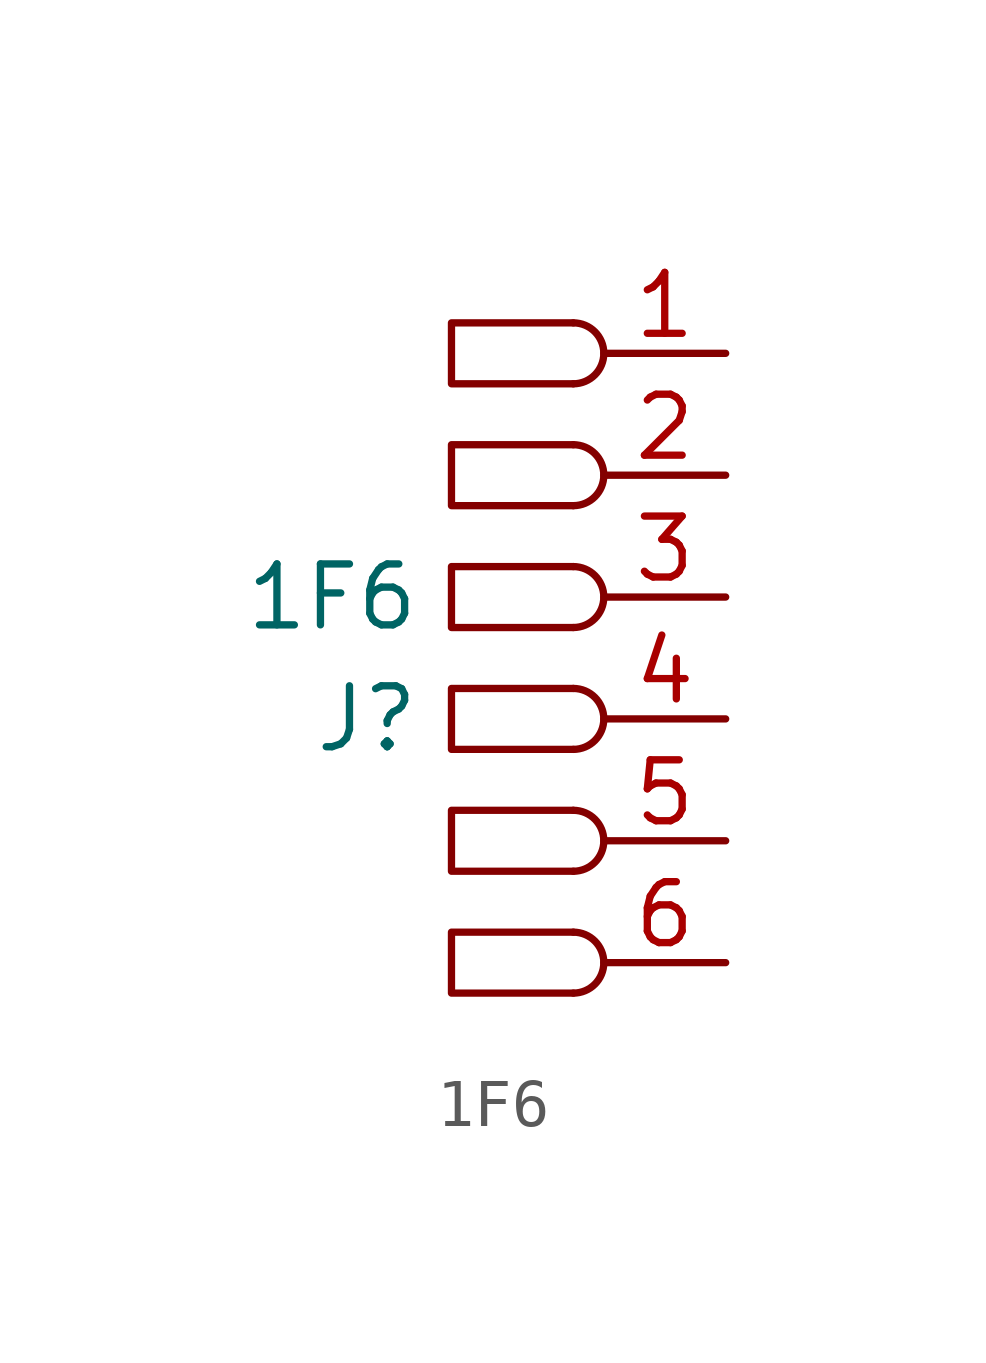
<source format=kicad_sym>
(kicad_symbol_lib
  (version 20211014)
  (generator kicad_symbol_editor)
  (symbol "1F6"
    (pin_names
      (offset 1.016))
    (property "Reference" "J"
      (at -6.35 -1.27 0)
      (effects (font (size 1.27 1.27)) (justify right)))
    (property "Value" "1F6"
      (at -6.35 1.27 0)
      (effects (font (size 1.27 1.27)) (justify right)))
    (symbol "1F6_0_1"
      (arc (start -3.175 -6.985) (mid -2.54 -6.35) (end -3.175 -5.715) (stroke (width 0) (type default) (color 0 0 0 0)) (fill (type none)))
      (arc (start -3.175 -4.445) (mid -2.54 -3.81) (end -3.175 -3.175) (stroke (width 0) (type default) (color 0 0 0 0)) (fill (type none)))
      (arc (start -3.175 -1.905) (mid -2.54 -1.27) (end -3.175 -0.635) (stroke (width 0) (type default) (color 0 0 0 0)) (fill (type none)))
      (arc (start -3.175 0.635) (mid -2.54 1.27) (end -3.175 1.905) (stroke (width 0) (type default) (color 0 0 0 0)) (fill (type none)))
      (arc (start -3.175 3.175) (mid -2.54 3.81) (end -3.175 4.445) (stroke (width 0) (type default) (color 0 0 0 0)) (fill (type none)))
      (arc (start -3.175 5.715) (mid -2.54 6.35) (end -3.175 6.985) (stroke (width 0) (type default) (color 0 0 0 0)) (fill (type none)))
      (polyline (pts (xy -3.175 -5.715) (xy -5.715 -5.715) (xy -5.715 -6.985) (xy -3.175 -6.985)) (stroke (width 0) (type default) (color 0 0 0 0)) (fill (type none)))
      (polyline (pts (xy -3.175 -3.175) (xy -5.715 -3.175) (xy -5.715 -4.445) (xy -3.175 -4.445)) (stroke (width 0) (type default) (color 0 0 0 0)) (fill (type none)))
      (polyline (pts (xy -3.175 -0.635) (xy -5.715 -0.635) (xy -5.715 -1.905) (xy -3.175 -1.905)) (stroke (width 0) (type default) (color 0 0 0 0)) (fill (type none)))
      (polyline (pts (xy -3.175 1.905) (xy -5.715 1.905) (xy -5.715 0.635) (xy -3.175 0.635)) (stroke (width 0) (type default) (color 0 0 0 0)) (fill (type none)))
      (polyline (pts (xy -3.175 4.445) (xy -5.715 4.445) (xy -5.715 3.175) (xy -3.175 3.175)) (stroke (width 0) (type default) (color 0 0 0 0)) (fill (type none)))
      (polyline (pts (xy -3.175 6.985) (xy -5.715 6.985) (xy -5.715 5.715) (xy -3.175 5.715)) (stroke (width 0) (type default) (color 0 0 0 0)) (fill (type none))))
    (symbol "1F6_1_1"
      (pin passive line (at 0 6.35 180) (length 2.54) (name "~" (effects (font (size 1.27 1.27)))) (number "1" (effects (font (size 1.27 1.27)))))
      (pin passive line (at 0 3.81 180) (length 2.54) (name "~" (effects (font (size 1.27 1.27)))) (number "2" (effects (font (size 1.27 1.27)))))
      (pin passive line (at 0 1.27 180) (length 2.54) (name "~" (effects (font (size 1.27 1.27)))) (number "3" (effects (font (size 1.27 1.27)))))
      (pin passive line (at 0 -1.27 180) (length 2.54) (name "~" (effects (font (size 1.27 1.27)))) (number "4" (effects (font (size 1.27 1.27)))))
      (pin passive line (at 0 -3.81 180) (length 2.54) (name "~" (effects (font (size 1.27 1.27)))) (number "5" (effects (font (size 1.27 1.27)))))
      (pin passive line (at 0 -6.35 180) (length 2.54) (name "~" (effects (font (size 1.27 1.27)))) (number "6" (effects (font (size 1.27 1.27))))))))
</source>
